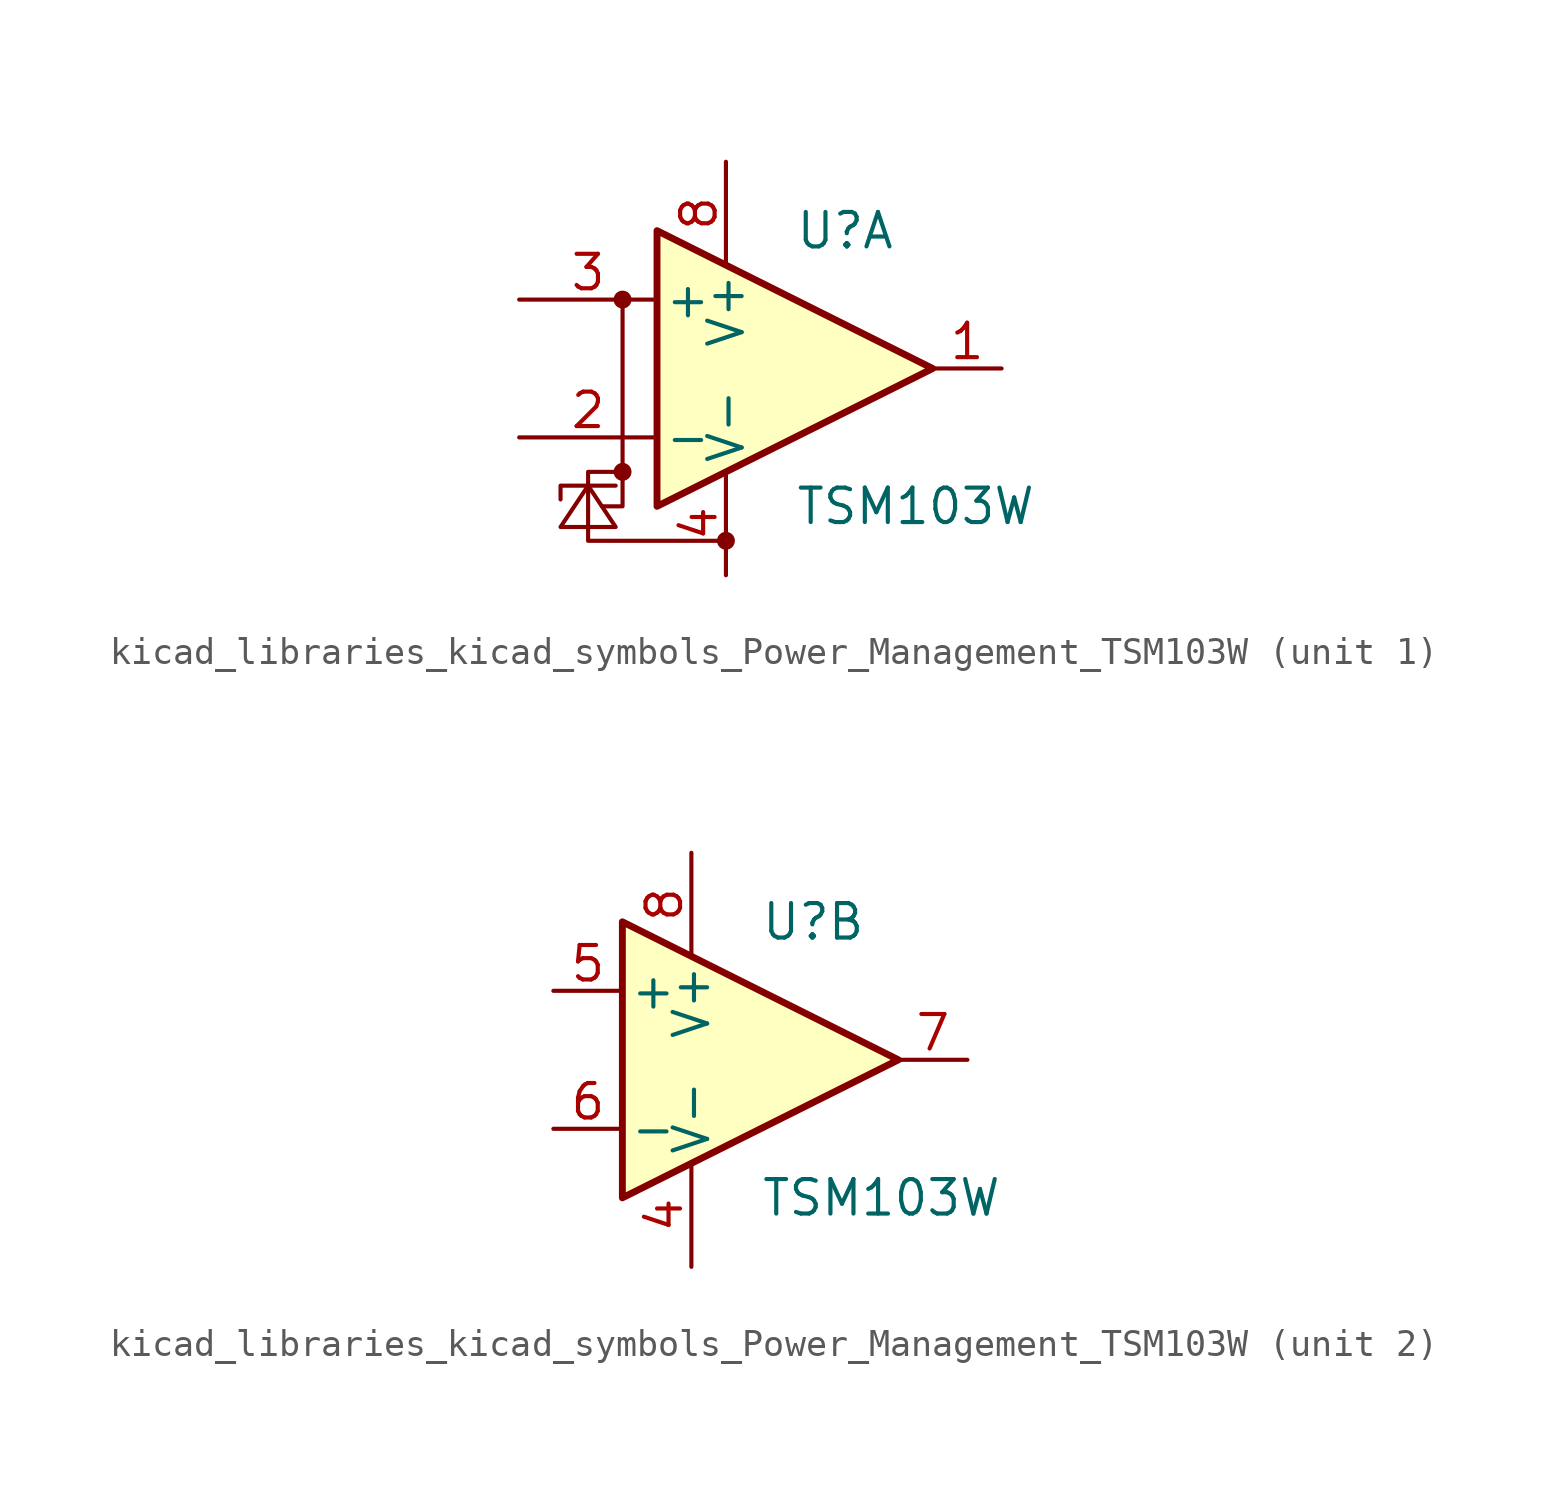
<source format=kicad_sym>
(kicad_symbol_lib
  (version 20220914)
  (generator kicad_symbol_editor)
  (symbol "kicad_libraries_kicad_symbols_Power_Management_TSM103W"
    (pin_names
      (offset 0.254))
    (property "Reference" "U"
      (at 0 5.08 0)
      (effects (font (size 1.27 1.27)) (justify left)))
    (property "Value" "TSM103W"
      (at 0 -5.08 0)
      (effects (font (size 1.27 1.27)) (justify left)))
    (symbol "kicad_libraries_kicad_symbols_Power_Management_TSM103W_0_1"
      (polyline (pts (xy -5.08 5.08) (xy 5.08 0) (xy -5.08 -5.08) (xy -5.08 5.08)) (stroke (width 0.254) (type default)) (fill (type background)))
      (pin power_in line (at -2.54 -7.62 90) (length 3.81) (name "V-" (effects (font (size 1.27 1.27)))) (number "4" (effects (font (size 1.27 1.27)))))
      (pin power_in line (at -2.54 7.62 270) (length 3.81) (name "V+" (effects (font (size 1.27 1.27)))) (number "8" (effects (font (size 1.27 1.27))))))
    (symbol "kicad_libraries_kicad_symbols_Power_Management_TSM103W_1_1"
      (circle (center -6.35 -3.81) (radius 0.254) (stroke (width 0) (type default)) (fill (type outline)))
      (circle (center -6.35 2.54) (radius 0.254) (stroke (width 0) (type default)) (fill (type outline)))
      (circle (center -2.54 -6.35) (radius 0.254) (stroke (width 0) (type default)) (fill (type outline)))
      (polyline (pts (xy -8.636 -4.826) (xy -8.636 -4.318) (xy -6.604 -4.318)) (stroke (width 0) (type default)) (fill (type none)))
      (polyline (pts (xy -7.112 -5.08) (xy -6.35 -5.08) (xy -6.35 2.54)) (stroke (width 0) (type default)) (fill (type none)))
      (polyline (pts (xy -8.636 -5.842) (xy -7.62 -4.318) (xy -6.604 -5.842) (xy -8.636 -5.842)) (stroke (width 0) (type default)) (fill (type none)))
      (polyline (pts (xy -6.35 -3.81) (xy -7.62 -3.81) (xy -7.62 -6.35) (xy -2.54 -6.35)) (stroke (width 0) (type default)) (fill (type none)))
      (pin output line (at 7.62 0 180) (length 2.54) (name "~" (effects (font (size 1.27 1.27)))) (number "1" (effects (font (size 1.27 1.27)))))
      (pin input line (at -10.16 -2.54 0) (length 5.08) (name "-" (effects (font (size 1.27 1.27)))) (number "2" (effects (font (size 1.27 1.27)))))
      (pin input line (at -10.16 2.54 0) (length 5.08) (name "+" (effects (font (size 1.27 1.27)))) (number "3" (effects (font (size 1.27 1.27))))))
    (symbol "kicad_libraries_kicad_symbols_Power_Management_TSM103W_2_1"
      (pin input line (at -7.62 2.54 0) (length 2.54) (name "+" (effects (font (size 1.27 1.27)))) (number "5" (effects (font (size 1.27 1.27)))))
      (pin input line (at -7.62 -2.54 0) (length 2.54) (name "-" (effects (font (size 1.27 1.27)))) (number "6" (effects (font (size 1.27 1.27)))))
      (pin output line (at 7.62 0 180) (length 2.54) (name "~" (effects (font (size 1.27 1.27)))) (number "7" (effects (font (size 1.27 1.27))))))))
</source>
